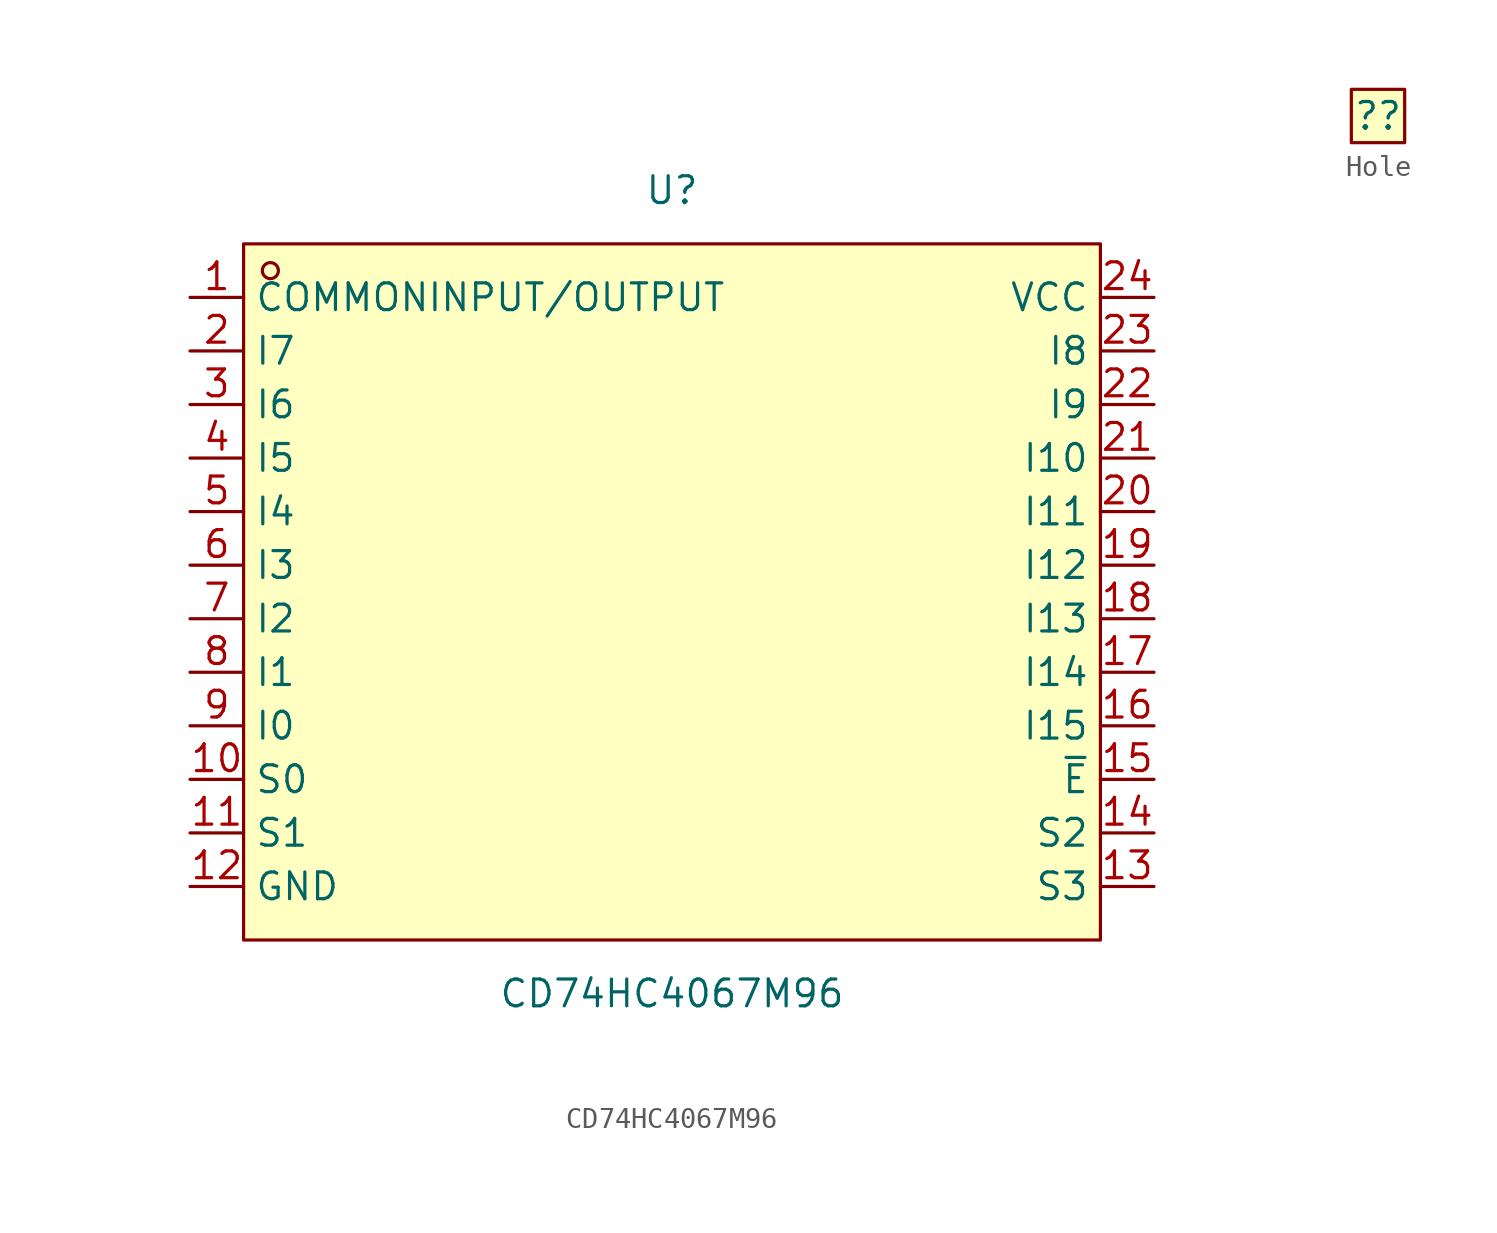
<source format=kicad_sym>
(kicad_symbol_lib
  (version 20241209)
  (generator "kicad_symbol_editor")
  (generator_version "9.0")
  (symbol "CD74HC4067M96"
    (property "Reference" "U"
      (at 0 19.05 0)
      (effects (font (size 1.27 1.27))))
    (property "Value" "CD74HC4067M96"
      (at 0 -19.05 0)
      (effects (font (size 1.27 1.27))))
    (symbol "CD74HC4067M96_0_1"
      (rectangle (start -20.32 16.51) (end 20.32 -16.51) (stroke (width 0) (type default)) (fill (type background)))
      (circle (center -19.05 15.24) (radius 0.38) (stroke (width 0) (type default)) (fill (type none)))
      (pin unspecified line (at -22.86 13.97 0) (length 2.54) (name "COMMONINPUT/OUTPUT" (effects (font (size 1.27 1.27)))) (number "1" (effects (font (size 1.27 1.27)))))
      (pin unspecified line (at -22.86 11.43 0) (length 2.54) (name "I7" (effects (font (size 1.27 1.27)))) (number "2" (effects (font (size 1.27 1.27)))))
      (pin unspecified line (at -22.86 8.89 0) (length 2.54) (name "I6" (effects (font (size 1.27 1.27)))) (number "3" (effects (font (size 1.27 1.27)))))
      (pin unspecified line (at -22.86 6.35 0) (length 2.54) (name "I5" (effects (font (size 1.27 1.27)))) (number "4" (effects (font (size 1.27 1.27)))))
      (pin unspecified line (at -22.86 3.81 0) (length 2.54) (name "I4" (effects (font (size 1.27 1.27)))) (number "5" (effects (font (size 1.27 1.27)))))
      (pin unspecified line (at -22.86 1.27 0) (length 2.54) (name "I3" (effects (font (size 1.27 1.27)))) (number "6" (effects (font (size 1.27 1.27)))))
      (pin unspecified line (at -22.86 -1.27 0) (length 2.54) (name "I2" (effects (font (size 1.27 1.27)))) (number "7" (effects (font (size 1.27 1.27)))))
      (pin unspecified line (at -22.86 -3.81 0) (length 2.54) (name "I1" (effects (font (size 1.27 1.27)))) (number "8" (effects (font (size 1.27 1.27)))))
      (pin unspecified line (at -22.86 -6.35 0) (length 2.54) (name "I0" (effects (font (size 1.27 1.27)))) (number "9" (effects (font (size 1.27 1.27)))))
      (pin unspecified line (at -22.86 -8.89 0) (length 2.54) (name "S0" (effects (font (size 1.27 1.27)))) (number "10" (effects (font (size 1.27 1.27)))))
      (pin unspecified line (at -22.86 -11.43 0) (length 2.54) (name "S1" (effects (font (size 1.27 1.27)))) (number "11" (effects (font (size 1.27 1.27)))))
      (pin unspecified line (at -22.86 -13.97 0) (length 2.54) (name "GND" (effects (font (size 1.27 1.27)))) (number "12" (effects (font (size 1.27 1.27)))))
      (pin unspecified line (at 22.86 13.97 180) (length 2.54) (name "VCC" (effects (font (size 1.27 1.27)))) (number "24" (effects (font (size 1.27 1.27)))))
      (pin unspecified line (at 22.86 11.43 180) (length 2.54) (name "I8" (effects (font (size 1.27 1.27)))) (number "23" (effects (font (size 1.27 1.27)))))
      (pin unspecified line (at 22.86 8.89 180) (length 2.54) (name "I9" (effects (font (size 1.27 1.27)))) (number "22" (effects (font (size 1.27 1.27)))))
      (pin unspecified line (at 22.86 6.35 180) (length 2.54) (name "I10" (effects (font (size 1.27 1.27)))) (number "21" (effects (font (size 1.27 1.27)))))
      (pin unspecified line (at 22.86 3.81 180) (length 2.54) (name "I11" (effects (font (size 1.27 1.27)))) (number "20" (effects (font (size 1.27 1.27)))))
      (pin unspecified line (at 22.86 1.27 180) (length 2.54) (name "I12" (effects (font (size 1.27 1.27)))) (number "19" (effects (font (size 1.27 1.27)))))
      (pin unspecified line (at 22.86 -1.27 180) (length 2.54) (name "I13" (effects (font (size 1.27 1.27)))) (number "18" (effects (font (size 1.27 1.27)))))
      (pin unspecified line (at 22.86 -3.81 180) (length 2.54) (name "I14" (effects (font (size 1.27 1.27)))) (number "17" (effects (font (size 1.27 1.27)))))
      (pin unspecified line (at 22.86 -6.35 180) (length 2.54) (name "I15" (effects (font (size 1.27 1.27)))) (number "16" (effects (font (size 1.27 1.27)))))
      (pin unspecified line (at 22.86 -8.89 180) (length 2.54) (name "~{E}" (effects (font (size 1.27 1.27)))) (number "15" (effects (font (size 1.27 1.27)))))
      (pin unspecified line (at 22.86 -11.43 180) (length 2.54) (name "S2" (effects (font (size 1.27 1.27)))) (number "14" (effects (font (size 1.27 1.27)))))
      (pin unspecified line (at 22.86 -13.97 180) (length 2.54) (name "S3" (effects (font (size 1.27 1.27)))) (number "13" (effects (font (size 1.27 1.27)))))))
  (symbol "Hole"
    (property "Reference" "?"
      (at 0 0 0)
      (effects (font (size 1.27 1.27))))
    (property "Value" ""
      (at 0 0 0)
      (effects (font (size 1.27 1.27))))
    (symbol "Hole_1_1"
      (rectangle (start -1.27 1.27) (end 1.27 -1.27) (stroke (width 0) (type default)) (fill (type background))))))
</source>
